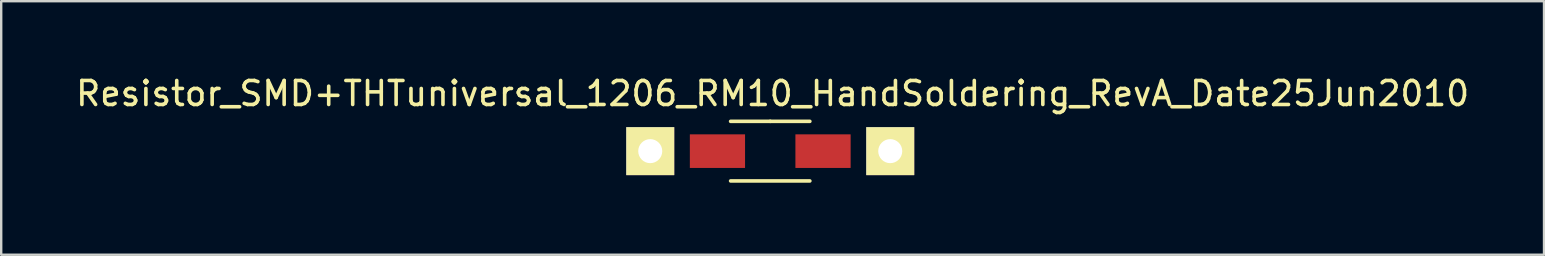
<source format=kicad_pcb>
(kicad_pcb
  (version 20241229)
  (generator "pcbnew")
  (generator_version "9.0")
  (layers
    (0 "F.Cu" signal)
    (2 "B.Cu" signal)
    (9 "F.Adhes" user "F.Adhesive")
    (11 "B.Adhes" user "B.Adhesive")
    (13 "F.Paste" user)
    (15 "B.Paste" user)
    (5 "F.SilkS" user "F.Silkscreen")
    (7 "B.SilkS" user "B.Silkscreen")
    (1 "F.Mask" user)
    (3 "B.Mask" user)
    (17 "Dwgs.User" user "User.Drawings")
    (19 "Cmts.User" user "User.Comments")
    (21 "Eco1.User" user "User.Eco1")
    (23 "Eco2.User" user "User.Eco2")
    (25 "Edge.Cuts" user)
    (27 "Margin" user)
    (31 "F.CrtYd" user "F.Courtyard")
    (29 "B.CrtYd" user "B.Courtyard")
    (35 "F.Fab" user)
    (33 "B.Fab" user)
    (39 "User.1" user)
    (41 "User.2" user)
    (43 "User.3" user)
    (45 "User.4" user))
  (footprint "Resistor_SMD+THTuniversal_1206_RM10_HandSoldering_RevA_Date25Jun2010"
    (layer "F.Cu")
    (at 29.05 3.249)
    (property "Reference" "Resistor_SMD+THTuniversal_1206_RM10_HandSoldering_RevA_Date25Jun2010" (at 0.099 -2.4 0) (layer "F.SilkS") (effects (font (size 1 1) (thickness 0.15))))
    (attr through_hole)
    (fp_line (start 0 -1.242) (end -1.651 -1.242) (stroke (width 0.15) (type solid)) (layer "F.SilkS"))
    (fp_line (start 0 -1.242) (end 1.651 -1.242) (stroke (width 0.15) (type solid)) (layer "F.SilkS"))
    (fp_line (start 1.651 1.242) (end -1.651 1.242) (stroke (width 0.15) (type solid)) (layer "F.SilkS"))
    (pad "1" thru_hole rect (at -5.001 0) (size 1.999 1.999) (drill 1.001) (layers "*.Cu" "*.Mask" "F.SilkS"))
    (pad "1" smd rect (at -2.2 0) (size 2.301 1.4) (layers "F.Cu" "F.Mask" "F.Paste"))
    (pad "2" smd rect (at 2.2 0) (size 2.301 1.4) (layers "F.Cu" "F.Mask" "F.Paste"))
    (pad "2" thru_hole rect (at 5.001 0) (size 1.999 1.999) (drill 1.001) (layers "*.Cu" "*.Mask" "F.SilkS")))
  (gr_rect
    (start -3 -3)
    (end 61.298 7.566)
    (stroke (width 0.1) (type default))
    (fill no)
    (layer "Edge.Cuts")))
</source>
